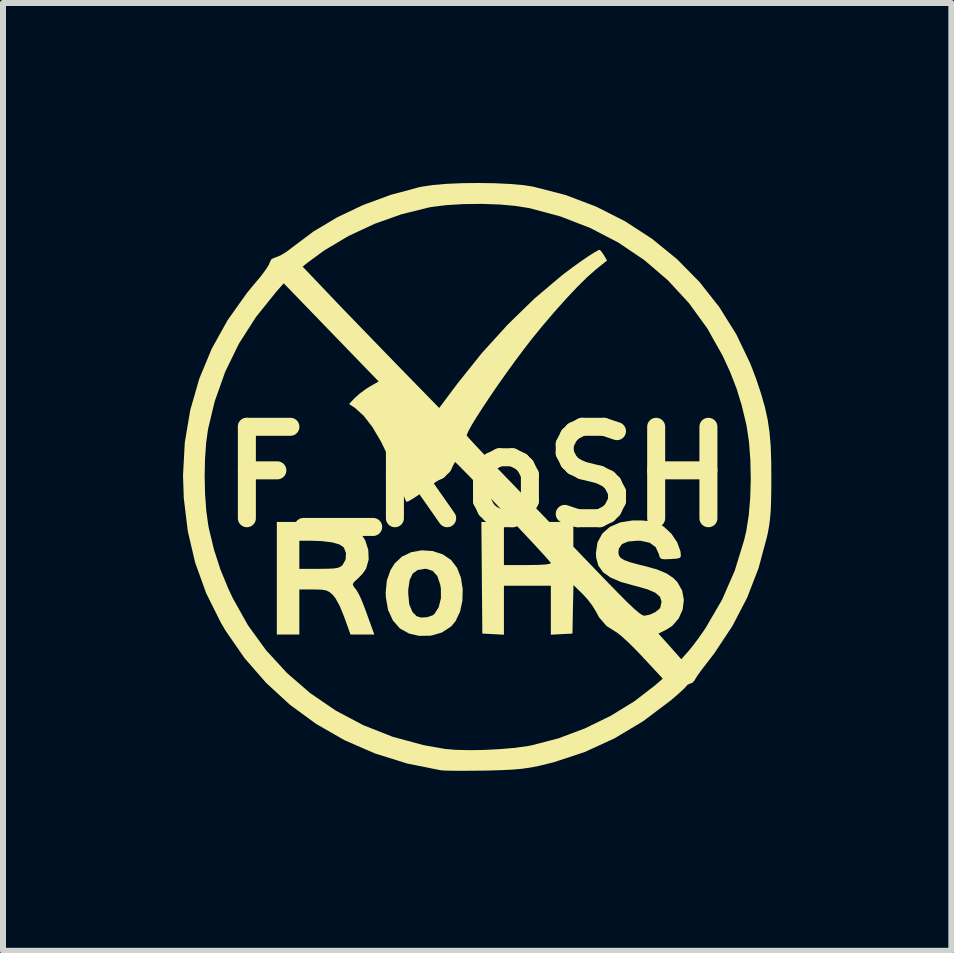
<source format=kicad_pcb>
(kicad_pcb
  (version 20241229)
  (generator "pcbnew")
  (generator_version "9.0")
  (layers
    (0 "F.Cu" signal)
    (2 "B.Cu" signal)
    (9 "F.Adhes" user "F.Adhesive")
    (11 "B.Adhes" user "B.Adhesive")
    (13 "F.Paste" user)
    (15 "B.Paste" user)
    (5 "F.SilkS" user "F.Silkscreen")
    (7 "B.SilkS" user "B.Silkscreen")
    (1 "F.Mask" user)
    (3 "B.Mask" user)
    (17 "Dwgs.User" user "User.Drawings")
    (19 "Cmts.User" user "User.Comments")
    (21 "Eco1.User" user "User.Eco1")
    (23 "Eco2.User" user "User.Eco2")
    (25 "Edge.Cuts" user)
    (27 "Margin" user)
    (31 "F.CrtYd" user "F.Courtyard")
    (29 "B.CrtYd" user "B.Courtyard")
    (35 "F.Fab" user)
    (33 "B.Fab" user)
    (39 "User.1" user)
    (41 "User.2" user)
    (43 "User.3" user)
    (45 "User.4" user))
  (footprint "F_RoSH"
    (layer "F.Cu")
    (at 4.911 4.898)
    (property "Reference" "F_RoSH" (at 0 0 0) (layer "F.SilkS") (effects (font (size 1.524 1.524) (thickness 0.3))))
    (attr board_only exclude_from_pos_files exclude_from_bom)
    (fp_poly (pts (xy -0.752 1.236) (xy -0.582 1.291) (xy -0.442 1.386) (xy -0.343 1.516) (xy -0.278 1.683) (xy -0.249 1.871) (xy -0.254 2.065) (xy -0.294 2.248) (xy -0.369 2.406) (xy -0.442 2.493) (xy -0.596 2.594) (xy -0.779 2.647) (xy -0.976 2.65) (xy -1.142 2.612) (xy -1.295 2.527) (xy -1.413 2.393) (xy -1.493 2.218) (xy -1.53 2.008) (xy -1.532 1.947) (xy -1.157 1.947) (xy -1.14 2.124) (xy -1.087 2.252) (xy -1.018 2.322) (xy -0.941 2.345) (xy -0.841 2.339) (xy -0.751 2.308) (xy -0.721 2.285) (xy -0.649 2.173) (xy -0.612 2.024) (xy -0.613 1.857) (xy -0.625 1.791) (xy -0.673 1.652) (xy -0.748 1.568) (xy -0.852 1.534) (xy -0.88 1.533) (xy -0.999 1.552) (xy -1.082 1.612) (xy -1.133 1.718) (xy -1.156 1.874) (xy -1.157 1.947) (xy -1.532 1.947) (xy -1.533 1.933) (xy -1.514 1.728) (xy -1.453 1.555) (xy -1.383 1.443) (xy -1.262 1.329) (xy -1.106 1.255) (xy -0.932 1.224)) (stroke (width 0) (type solid)) (fill yes) (layer "F.SilkS"))
    (fp_poly (pts (xy -2.776 0.751) (xy -2.572 0.752) (xy -2.419 0.754) (xy -2.308 0.759) (xy -2.229 0.768) (xy -2.169 0.781) (xy -2.12 0.801) (xy -2.08 0.822) (xy -1.961 0.921) (xy -1.873 1.059) (xy -1.823 1.217) (xy -1.816 1.378) (xy -1.858 1.526) (xy -1.86 1.531) (xy -1.915 1.61) (xy -1.992 1.691) (xy -2.005 1.702) (xy -2.065 1.758) (xy -2.082 1.795) (xy -2.063 1.831) (xy -2.057 1.839) (xy -2.017 1.891) (xy -1.979 1.956) (xy -1.937 2.047) (xy -1.886 2.176) (xy -1.829 2.332) (xy -1.722 2.628) (xy -2.119 2.628) (xy -2.223 2.338) (xy -2.298 2.153) (xy -2.371 2.021) (xy -2.418 1.963) (xy -2.472 1.918) (xy -2.527 1.892) (xy -2.603 1.88) (xy -2.719 1.877) (xy -2.74 1.877) (xy -2.972 1.877) (xy -2.972 2.628) (xy -3.347 2.628) (xy -3.347 1.064) (xy -2.972 1.064) (xy -2.972 1.533) (xy -2.643 1.533) (xy -2.492 1.531) (xy -2.39 1.526) (xy -2.323 1.514) (xy -2.279 1.493) (xy -2.252 1.47) (xy -2.201 1.379) (xy -2.194 1.271) (xy -2.231 1.176) (xy -2.3 1.128) (xy -2.424 1.092) (xy -2.596 1.071) (xy -2.761 1.065) (xy -2.972 1.064) (xy -3.347 1.064) (xy -3.347 0.751)) (stroke (width 0) (type solid)) (fill yes) (layer "F.SilkS"))
    (fp_poly (pts (xy 0.282 -4.894) (xy 0.537 -4.882) (xy 0.759 -4.863) (xy 0.922 -4.838) (xy 1.461 -4.699) (xy 1.974 -4.505) (xy 2.457 -4.26) (xy 2.908 -3.967) (xy 3.323 -3.629) (xy 3.697 -3.249) (xy 4.028 -2.829) (xy 4.312 -2.374) (xy 4.546 -1.885) (xy 4.641 -1.635) (xy 4.724 -1.386) (xy 4.787 -1.166) (xy 4.833 -0.958) (xy 4.864 -0.749) (xy 4.884 -0.521) (xy 4.893 -0.259) (xy 4.895 0) (xy 4.894 0.237) (xy 4.89 0.425) (xy 4.884 0.575) (xy 4.873 0.701) (xy 4.858 0.816) (xy 4.837 0.931) (xy 4.822 1.001) (xy 4.681 1.525) (xy 4.49 2.017) (xy 4.246 2.486) (xy 3.946 2.939) (xy 3.801 3.128) (xy 3.723 3.229) (xy 3.66 3.317) (xy 3.623 3.377) (xy 3.619 3.386) (xy 3.581 3.432) (xy 3.553 3.441) (xy 3.497 3.465) (xy 3.482 3.484) (xy 3.448 3.522) (xy 3.377 3.588) (xy 3.282 3.672) (xy 3.222 3.723) (xy 2.762 4.07) (xy 2.283 4.357) (xy 1.785 4.586) (xy 1.264 4.758) (xy 1.017 4.818) (xy 0.879 4.845) (xy 0.739 4.865) (xy 0.582 4.879) (xy 0.395 4.888) (xy 0.162 4.895) (xy 0.094 4.896) (xy -0.102 4.898) (xy -0.281 4.899) (xy -0.433 4.898) (xy -0.546 4.895) (xy -0.609 4.891) (xy -0.61 4.891) (xy -1.174 4.778) (xy -1.711 4.61) (xy -2.217 4.39) (xy -2.69 4.119) (xy -3.128 3.799) (xy -3.527 3.432) (xy -3.886 3.02) (xy -4.201 2.564) (xy -4.283 2.425) (xy -4.524 1.94) (xy -4.707 1.434) (xy -4.831 0.906) (xy -4.898 0.355) (xy -4.91 -0.007) (xy -4.55 -0.007) (xy -4.543 0.287) (xy -4.523 0.564) (xy -4.49 0.805) (xy -4.479 0.863) (xy -4.393 1.217) (xy -4.289 1.539) (xy -4.157 1.86) (xy -4.083 2.018) (xy -3.829 2.472) (xy -3.526 2.89) (xy -3.178 3.269) (xy -2.79 3.605) (xy -2.364 3.896) (xy -1.905 4.139) (xy -1.416 4.332) (xy -0.902 4.471) (xy -0.547 4.534) (xy -0.362 4.55) (xy -0.133 4.555) (xy 0.119 4.551) (xy 0.378 4.537) (xy 0.623 4.516) (xy 0.837 4.486) (xy 0.901 4.474) (xy 1.346 4.358) (xy 1.789 4.192) (xy 2.216 3.983) (xy 2.613 3.74) (xy 2.965 3.468) (xy 2.974 3.46) (xy 3.085 3.363) (xy 2.742 2.993) (xy 2.618 2.864) (xy 2.501 2.749) (xy 2.401 2.658) (xy 2.328 2.599) (xy 2.302 2.583) (xy 2.149 2.486) (xy 2.025 2.343) (xy 1.971 2.244) (xy 1.916 2.152) (xy 1.834 2.044) (xy 1.754 1.957) (xy 1.597 1.803) (xy 1.588 2.207) (xy 1.58 2.612) (xy 1.4 2.621) (xy 1.22 2.631) (xy 1.22 1.814) (xy 0.438 1.814) (xy 0.438 2.631) (xy 0.258 2.621) (xy 0.078 2.612) (xy 0.062 0.751) (xy 0.438 0.751) (xy 0.438 1.47) (xy 0.829 1.47) (xy 1.018 1.467) (xy 1.145 1.459) (xy 1.21 1.446) (xy 1.22 1.436) (xy 1.199 1.408) (xy 1.141 1.342) (xy 1.05 1.242) (xy 0.934 1.116) (xy 0.797 0.97) (xy 0.646 0.809) (xy 0.486 0.64) (xy 0.323 0.469) (xy 0.163 0.302) (xy 0.012 0.145) (xy -0.124 0.004) (xy -0.24 -0.114) (xy -0.329 -0.204) (xy -0.387 -0.259) (xy -0.406 -0.275) (xy -0.43 -0.254) (xy -0.467 -0.193) (xy -0.485 -0.156) (xy -0.528 -0.084) (xy -0.597 -0.006) (xy -0.702 0.087) (xy -0.85 0.203) (xy -0.855 0.206) (xy -0.975 0.294) (xy -1.077 0.362) (xy -1.151 0.405) (xy -1.187 0.417) (xy -1.188 0.416) (xy -1.207 0.378) (xy -1.241 0.294) (xy -1.286 0.177) (xy -1.328 0.063) (xy -1.464 -0.284) (xy -1.607 -0.581) (xy -1.752 -0.827) (xy -1.753 -0.829) (xy -0.96 -0.829) (xy -0.94 -0.787) (xy -0.906 -0.74) (xy -0.883 -0.733) (xy -0.888 -0.766) (xy -0.92 -0.806) (xy -0.959 -0.841) (xy -0.96 -0.829) (xy -1.753 -0.829) (xy -1.899 -1.018) (xy -2.045 -1.15) (xy -2.065 -1.163) (xy -2.143 -1.214) (xy -2.049 -1.314) (xy -1.965 -1.389) (xy -1.857 -1.468) (xy -1.803 -1.502) (xy -1.65 -1.59) (xy -3.232 -3.226) (xy -3.352 -3.091) (xy -3.695 -2.664) (xy -3.979 -2.22) (xy -4.207 -1.753) (xy -4.382 -1.26) (xy -4.493 -0.798) (xy -4.525 -0.569) (xy -4.544 -0.299) (xy -4.55 -0.007) (xy -4.91 -0.007) (xy -4.911 -0.02) (xy -4.881 -0.574) (xy -4.79 -1.113) (xy -4.64 -1.635) (xy -4.432 -2.136) (xy -4.166 -2.614) (xy -3.843 -3.068) (xy -3.699 -3.242) (xy -3.606 -3.353) (xy -3.531 -3.455) (xy -3.5 -3.504) (xy -2.917 -3.504) (xy -2.492 -3.058) (xy -2.359 -2.918) (xy -2.192 -2.744) (xy -2.001 -2.547) (xy -1.797 -2.336) (xy -1.59 -2.122) (xy -1.389 -1.916) (xy -1.355 -1.88) (xy -0.641 -1.148) (xy -0.339 -1.552) (xy 0.068 -2.061) (xy 0.5 -2.537) (xy 0.946 -2.971) (xy 1.398 -3.353) (xy 1.439 -3.385) (xy 1.58 -3.491) (xy 1.718 -3.59) (xy 1.842 -3.675) (xy 1.944 -3.74) (xy 2.012 -3.778) (xy 2.033 -3.785) (xy 2.059 -3.761) (xy 2.1 -3.702) (xy 2.104 -3.695) (xy 2.157 -3.606) (xy 1.966 -3.453) (xy 1.829 -3.332) (xy 1.663 -3.168) (xy 1.476 -2.97) (xy 1.276 -2.746) (xy 1.071 -2.505) (xy 0.9 -2.295) (xy 0.768 -2.124) (xy 0.628 -1.937) (xy 0.486 -1.741) (xy 0.346 -1.543) (xy 0.214 -1.35) (xy 0.093 -1.168) (xy -0.012 -1.006) (xy -0.096 -0.869) (xy -0.153 -0.765) (xy -0.181 -0.701) (xy -0.181 -0.687) (xy -0.158 -0.659) (xy -0.096 -0.591) (xy -0.002 -0.49) (xy 0.12 -0.361) (xy 0.265 -0.21) (xy 0.427 -0.042) (xy 0.511 0.045) (xy 1.194 0.751) (xy 1.595 0.751) (xy 1.595 1.163) (xy 2.149 1.739) (xy 2.335 1.93) (xy 2.483 2.079) (xy 2.597 2.188) (xy 2.682 2.261) (xy 2.74 2.302) (xy 2.776 2.315) (xy 2.869 2.297) (xy 2.962 2.254) (xy 3.03 2.199) (xy 3.046 2.173) (xy 3.065 2.079) (xy 3.04 2.001) (xy 2.966 1.934) (xy 2.838 1.877) (xy 2.654 1.824) (xy 2.62 1.816) (xy 2.388 1.752) (xy 2.213 1.677) (xy 2.089 1.588) (xy 2.012 1.479) (xy 1.975 1.346) (xy 1.971 1.267) (xy 1.998 1.091) (xy 2.077 0.946) (xy 2.203 0.834) (xy 2.373 0.76) (xy 2.582 0.726) (xy 2.743 0.727) (xy 2.879 0.74) (xy 2.977 0.763) (xy 3.06 0.803) (xy 3.107 0.834) (xy 3.23 0.948) (xy 3.325 1.09) (xy 3.379 1.237) (xy 3.383 1.267) (xy 3.387 1.32) (xy 3.372 1.349) (xy 3.325 1.362) (xy 3.231 1.369) (xy 3.217 1.37) (xy 3.116 1.374) (xy 3.061 1.366) (xy 3.035 1.34) (xy 3.02 1.289) (xy 3.019 1.284) (xy 2.967 1.171) (xy 2.867 1.098) (xy 2.72 1.066) (xy 2.662 1.064) (xy 2.507 1.078) (xy 2.405 1.121) (xy 2.354 1.196) (xy 2.346 1.255) (xy 2.354 1.308) (xy 2.383 1.35) (xy 2.443 1.387) (xy 2.541 1.423) (xy 2.688 1.463) (xy 2.784 1.486) (xy 2.99 1.543) (xy 3.145 1.608) (xy 3.262 1.686) (xy 3.326 1.751) (xy 3.408 1.893) (xy 3.437 2.05) (xy 3.417 2.21) (xy 3.352 2.358) (xy 3.244 2.483) (xy 3.141 2.549) (xy 3.014 2.612) (xy 3.204 2.825) (xy 3.394 3.039) (xy 3.514 2.904) (xy 3.587 2.815) (xy 3.677 2.695) (xy 3.769 2.564) (xy 3.799 2.519) (xy 4.072 2.051) (xy 4.285 1.564) (xy 4.442 1.053) (xy 4.478 0.897) (xy 4.518 0.643) (xy 4.543 0.348) (xy 4.552 0.033) (xy 4.545 -0.284) (xy 4.523 -0.582) (xy 4.484 -0.841) (xy 4.477 -0.876) (xy 4.401 -1.192) (xy 4.315 -1.473) (xy 4.209 -1.746) (xy 4.084 -2.018) (xy 3.826 -2.477) (xy 3.52 -2.898) (xy 3.17 -3.277) (xy 2.777 -3.614) (xy 2.345 -3.905) (xy 1.877 -4.148) (xy 1.376 -4.342) (xy 0.863 -4.479) (xy 0.632 -4.516) (xy 0.358 -4.54) (xy 0.061 -4.55) (xy -0.239 -4.546) (xy -0.523 -4.529) (xy -0.771 -4.498) (xy -0.813 -4.49) (xy -1.269 -4.377) (xy -1.722 -4.216) (xy -2.156 -4.013) (xy -2.557 -3.774) (xy -2.83 -3.574) (xy -2.917 -3.504) (xy -3.5 -3.504) (xy -3.481 -3.534) (xy -3.467 -3.569) (xy -3.438 -3.629) (xy -3.364 -3.661) (xy -3.357 -3.662) (xy -3.282 -3.693) (xy -3.184 -3.753) (xy -3.091 -3.824) (xy -2.739 -4.088) (xy -2.341 -4.326) (xy -1.907 -4.532) (xy -1.451 -4.7) (xy -0.985 -4.825) (xy -0.922 -4.838) (xy -0.742 -4.865) (xy -0.517 -4.884) (xy -0.26 -4.895) (xy 0.011 -4.898)) (stroke (width 0) (type solid)) (fill yes) (layer "F.SilkS")))
  (gr_rect
    (start -3 -3)
    (end 12.806 12.797)
    (stroke (width 0.1) (type default))
    (fill no)
    (layer "Edge.Cuts")))
</source>
